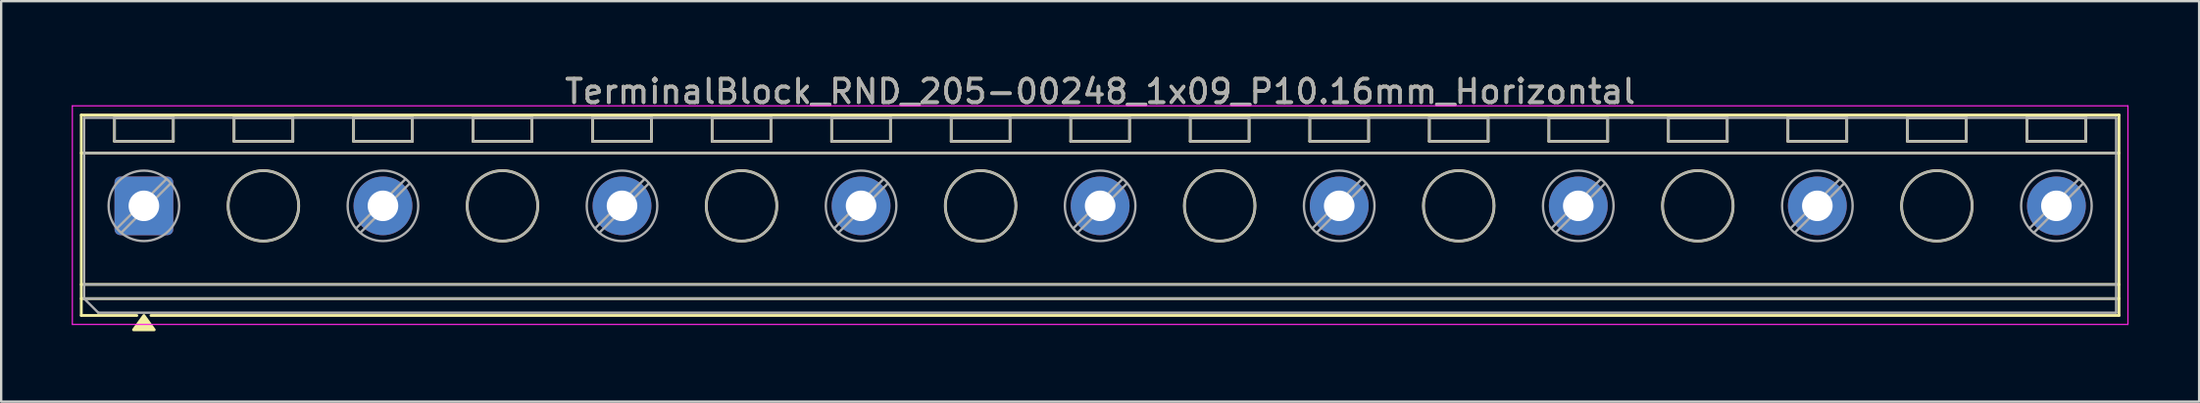
<source format=kicad_pcb>
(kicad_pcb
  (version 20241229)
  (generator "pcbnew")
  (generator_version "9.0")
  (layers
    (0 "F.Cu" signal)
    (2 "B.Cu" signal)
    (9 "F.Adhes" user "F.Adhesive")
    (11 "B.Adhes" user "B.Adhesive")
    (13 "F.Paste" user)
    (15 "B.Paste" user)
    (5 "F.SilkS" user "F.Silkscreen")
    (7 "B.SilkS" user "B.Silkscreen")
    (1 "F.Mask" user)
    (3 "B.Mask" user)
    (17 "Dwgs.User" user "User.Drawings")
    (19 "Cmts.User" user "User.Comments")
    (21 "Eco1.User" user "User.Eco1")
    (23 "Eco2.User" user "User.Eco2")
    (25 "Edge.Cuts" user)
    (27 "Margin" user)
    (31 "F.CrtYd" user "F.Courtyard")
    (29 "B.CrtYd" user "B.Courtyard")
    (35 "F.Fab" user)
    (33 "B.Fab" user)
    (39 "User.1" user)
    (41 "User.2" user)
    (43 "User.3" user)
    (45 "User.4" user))
  (footprint "TerminalBlock_RND_205-00248_1x09_P10.16mm_Horizontal"
    (layer "F.Cu")
    (at 3.065 5.718)
    (property "Reference" "TerminalBlock_RND_205-00248_1x09_P10.16mm_Horizontal" (at 40.64 -4.87 0) (layer "F.SilkS") (effects (font (size 1 1) (thickness 0.15))))
    (attr through_hole)
    (fp_line (start -2.66 -3.87) (end 83.94 -3.87) (stroke (width 0.12) (type solid)) (layer "F.SilkS"))
    (fp_line (start -2.66 -2.25) (end 83.94 -2.25) (stroke (width 0.12) (type solid)) (layer "F.SilkS"))
    (fp_line (start -2.66 3.35) (end 83.94 3.35) (stroke (width 0.12) (type solid)) (layer "F.SilkS"))
    (fp_line (start -2.66 3.95) (end 83.94 3.95) (stroke (width 0.12) (type solid)) (layer "F.SilkS"))
    (fp_line (start -2.66 4.67) (end -2.66 -3.87) (stroke (width 0.12) (type solid)) (layer "F.SilkS"))
    (fp_line (start -1.25 -3.75) (end 1.25 -3.75) (stroke (width 0.12) (type solid)) (layer "F.SilkS"))
    (fp_line (start -1.25 -2.75) (end -1.25 -3.75) (stroke (width 0.12) (type solid)) (layer "F.SilkS"))
    (fp_line (start -0.3 4.67) (end -2.66 4.67) (stroke (width 0.12) (type solid)) (layer "F.SilkS"))
    (fp_line (start 1.25 -3.75) (end 1.25 -2.75) (stroke (width 0.12) (type solid)) (layer "F.SilkS"))
    (fp_line (start 1.25 -2.75) (end -1.25 -2.75) (stroke (width 0.12) (type solid)) (layer "F.SilkS"))
    (fp_line (start 3.83 -3.75) (end 6.33 -3.75) (stroke (width 0.12) (type solid)) (layer "F.SilkS"))
    (fp_line (start 3.83 -2.75) (end 3.83 -3.75) (stroke (width 0.12) (type solid)) (layer "F.SilkS"))
    (fp_line (start 6.33 -3.75) (end 6.33 -2.75) (stroke (width 0.12) (type solid)) (layer "F.SilkS"))
    (fp_line (start 6.33 -2.75) (end 3.83 -2.75) (stroke (width 0.12) (type solid)) (layer "F.SilkS"))
    (fp_line (start 8.91 -3.75) (end 11.41 -3.75) (stroke (width 0.12) (type solid)) (layer "F.SilkS"))
    (fp_line (start 8.91 -2.75) (end 8.91 -3.75) (stroke (width 0.12) (type solid)) (layer "F.SilkS"))
    (fp_line (start 11.41 -3.75) (end 11.41 -2.75) (stroke (width 0.12) (type solid)) (layer "F.SilkS"))
    (fp_line (start 11.41 -2.75) (end 8.91 -2.75) (stroke (width 0.12) (type solid)) (layer "F.SilkS"))
    (fp_line (start 13.99 -3.75) (end 16.49 -3.75) (stroke (width 0.12) (type solid)) (layer "F.SilkS"))
    (fp_line (start 13.99 -2.75) (end 13.99 -3.75) (stroke (width 0.12) (type solid)) (layer "F.SilkS"))
    (fp_line (start 16.49 -3.75) (end 16.49 -2.75) (stroke (width 0.12) (type solid)) (layer "F.SilkS"))
    (fp_line (start 16.49 -2.75) (end 13.99 -2.75) (stroke (width 0.12) (type solid)) (layer "F.SilkS"))
    (fp_line (start 19.07 -3.75) (end 21.57 -3.75) (stroke (width 0.12) (type solid)) (layer "F.SilkS"))
    (fp_line (start 19.07 -2.75) (end 19.07 -3.75) (stroke (width 0.12) (type solid)) (layer "F.SilkS"))
    (fp_line (start 21.57 -3.75) (end 21.57 -2.75) (stroke (width 0.12) (type solid)) (layer "F.SilkS"))
    (fp_line (start 21.57 -2.75) (end 19.07 -2.75) (stroke (width 0.12) (type solid)) (layer "F.SilkS"))
    (fp_line (start 24.15 -3.75) (end 26.65 -3.75) (stroke (width 0.12) (type solid)) (layer "F.SilkS"))
    (fp_line (start 24.15 -2.75) (end 24.15 -3.75) (stroke (width 0.12) (type solid)) (layer "F.SilkS"))
    (fp_line (start 26.65 -3.75) (end 26.65 -2.75) (stroke (width 0.12) (type solid)) (layer "F.SilkS"))
    (fp_line (start 26.65 -2.75) (end 24.15 -2.75) (stroke (width 0.12) (type solid)) (layer "F.SilkS"))
    (fp_line (start 29.23 -3.75) (end 31.73 -3.75) (stroke (width 0.12) (type solid)) (layer "F.SilkS"))
    (fp_line (start 29.23 -2.75) (end 29.23 -3.75) (stroke (width 0.12) (type solid)) (layer "F.SilkS"))
    (fp_line (start 31.73 -3.75) (end 31.73 -2.75) (stroke (width 0.12) (type solid)) (layer "F.SilkS"))
    (fp_line (start 31.73 -2.75) (end 29.23 -2.75) (stroke (width 0.12) (type solid)) (layer "F.SilkS"))
    (fp_line (start 34.31 -3.75) (end 36.81 -3.75) (stroke (width 0.12) (type solid)) (layer "F.SilkS"))
    (fp_line (start 34.31 -2.75) (end 34.31 -3.75) (stroke (width 0.12) (type solid)) (layer "F.SilkS"))
    (fp_line (start 36.81 -3.75) (end 36.81 -2.75) (stroke (width 0.12) (type solid)) (layer "F.SilkS"))
    (fp_line (start 36.81 -2.75) (end 34.31 -2.75) (stroke (width 0.12) (type solid)) (layer "F.SilkS"))
    (fp_line (start 39.39 -3.75) (end 41.89 -3.75) (stroke (width 0.12) (type solid)) (layer "F.SilkS"))
    (fp_line (start 39.39 -2.75) (end 39.39 -3.75) (stroke (width 0.12) (type solid)) (layer "F.SilkS"))
    (fp_line (start 41.89 -3.75) (end 41.89 -2.75) (stroke (width 0.12) (type solid)) (layer "F.SilkS"))
    (fp_line (start 41.89 -2.75) (end 39.39 -2.75) (stroke (width 0.12) (type solid)) (layer "F.SilkS"))
    (fp_line (start 44.47 -3.75) (end 46.97 -3.75) (stroke (width 0.12) (type solid)) (layer "F.SilkS"))
    (fp_line (start 44.47 -2.75) (end 44.47 -3.75) (stroke (width 0.12) (type solid)) (layer "F.SilkS"))
    (fp_line (start 46.97 -3.75) (end 46.97 -2.75) (stroke (width 0.12) (type solid)) (layer "F.SilkS"))
    (fp_line (start 46.97 -2.75) (end 44.47 -2.75) (stroke (width 0.12) (type solid)) (layer "F.SilkS"))
    (fp_line (start 49.55 -3.75) (end 52.05 -3.75) (stroke (width 0.12) (type solid)) (layer "F.SilkS"))
    (fp_line (start 49.55 -2.75) (end 49.55 -3.75) (stroke (width 0.12) (type solid)) (layer "F.SilkS"))
    (fp_line (start 52.05 -3.75) (end 52.05 -2.75) (stroke (width 0.12) (type solid)) (layer "F.SilkS"))
    (fp_line (start 52.05 -2.75) (end 49.55 -2.75) (stroke (width 0.12) (type solid)) (layer "F.SilkS"))
    (fp_line (start 54.63 -3.75) (end 57.13 -3.75) (stroke (width 0.12) (type solid)) (layer "F.SilkS"))
    (fp_line (start 54.63 -2.75) (end 54.63 -3.75) (stroke (width 0.12) (type solid)) (layer "F.SilkS"))
    (fp_line (start 57.13 -3.75) (end 57.13 -2.75) (stroke (width 0.12) (type solid)) (layer "F.SilkS"))
    (fp_line (start 57.13 -2.75) (end 54.63 -2.75) (stroke (width 0.12) (type solid)) (layer "F.SilkS"))
    (fp_line (start 59.71 -3.75) (end 62.21 -3.75) (stroke (width 0.12) (type solid)) (layer "F.SilkS"))
    (fp_line (start 59.71 -2.75) (end 59.71 -3.75) (stroke (width 0.12) (type solid)) (layer "F.SilkS"))
    (fp_line (start 62.21 -3.75) (end 62.21 -2.75) (stroke (width 0.12) (type solid)) (layer "F.SilkS"))
    (fp_line (start 62.21 -2.75) (end 59.71 -2.75) (stroke (width 0.12) (type solid)) (layer "F.SilkS"))
    (fp_line (start 64.79 -3.75) (end 67.29 -3.75) (stroke (width 0.12) (type solid)) (layer "F.SilkS"))
    (fp_line (start 64.79 -2.75) (end 64.79 -3.75) (stroke (width 0.12) (type solid)) (layer "F.SilkS"))
    (fp_line (start 67.29 -3.75) (end 67.29 -2.75) (stroke (width 0.12) (type solid)) (layer "F.SilkS"))
    (fp_line (start 67.29 -2.75) (end 64.79 -2.75) (stroke (width 0.12) (type solid)) (layer "F.SilkS"))
    (fp_line (start 69.87 -3.75) (end 72.37 -3.75) (stroke (width 0.12) (type solid)) (layer "F.SilkS"))
    (fp_line (start 69.87 -2.75) (end 69.87 -3.75) (stroke (width 0.12) (type solid)) (layer "F.SilkS"))
    (fp_line (start 72.37 -3.75) (end 72.37 -2.75) (stroke (width 0.12) (type solid)) (layer "F.SilkS"))
    (fp_line (start 72.37 -2.75) (end 69.87 -2.75) (stroke (width 0.12) (type solid)) (layer "F.SilkS"))
    (fp_line (start 74.95 -3.75) (end 77.45 -3.75) (stroke (width 0.12) (type solid)) (layer "F.SilkS"))
    (fp_line (start 74.95 -2.75) (end 74.95 -3.75) (stroke (width 0.12) (type solid)) (layer "F.SilkS"))
    (fp_line (start 77.45 -3.75) (end 77.45 -2.75) (stroke (width 0.12) (type solid)) (layer "F.SilkS"))
    (fp_line (start 77.45 -2.75) (end 74.95 -2.75) (stroke (width 0.12) (type solid)) (layer "F.SilkS"))
    (fp_line (start 80.03 -3.75) (end 82.53 -3.75) (stroke (width 0.12) (type solid)) (layer "F.SilkS"))
    (fp_line (start 80.03 -2.75) (end 80.03 -3.75) (stroke (width 0.12) (type solid)) (layer "F.SilkS"))
    (fp_line (start 82.53 -3.75) (end 82.53 -2.75) (stroke (width 0.12) (type solid)) (layer "F.SilkS"))
    (fp_line (start 82.53 -2.75) (end 80.03 -2.75) (stroke (width 0.12) (type solid)) (layer "F.SilkS"))
    (fp_line (start 83.94 -3.87) (end 83.94 4.67) (stroke (width 0.12) (type solid)) (layer "F.SilkS"))
    (fp_line (start 83.94 4.67) (end 0.3 4.67) (stroke (width 0.12) (type solid)) (layer "F.SilkS"))
    (fp_circle (center 5.08 0) (end 6.58 0) (stroke (width 0.12) (type solid)) (fill no) (layer "F.SilkS"))
    (fp_circle (center 15.24 0) (end 16.74 0) (stroke (width 0.12) (type solid)) (fill no) (layer "F.SilkS"))
    (fp_circle (center 25.4 0) (end 26.9 0) (stroke (width 0.12) (type solid)) (fill no) (layer "F.SilkS"))
    (fp_circle (center 35.56 0) (end 37.06 0) (stroke (width 0.12) (type solid)) (fill no) (layer "F.SilkS"))
    (fp_circle (center 45.72 0) (end 47.22 0) (stroke (width 0.12) (type solid)) (fill no) (layer "F.SilkS"))
    (fp_circle (center 55.88 0) (end 57.38 0) (stroke (width 0.12) (type solid)) (fill no) (layer "F.SilkS"))
    (fp_circle (center 66.04 0) (end 67.54 0) (stroke (width 0.12) (type solid)) (fill no) (layer "F.SilkS"))
    (fp_circle (center 76.2 0) (end 77.7 0) (stroke (width 0.12) (type solid)) (fill no) (layer "F.SilkS"))
    (fp_poly (pts (xy 0 4.67) (xy 0.44 5.28) (xy -0.44 5.28)) (stroke (width 0.12) (type solid)) (fill yes) (layer "F.SilkS"))
    (fp_line (start -3.04 -4.26) (end -3.04 5.05) (stroke (width 0.05) (type solid)) (layer "F.CrtYd"))
    (fp_line (start -3.04 5.05) (end 84.32 5.05) (stroke (width 0.05) (type solid)) (layer "F.CrtYd"))
    (fp_line (start 84.32 -4.26) (end -3.04 -4.26) (stroke (width 0.05) (type solid)) (layer "F.CrtYd"))
    (fp_line (start 84.32 5.05) (end 84.32 -4.26) (stroke (width 0.05) (type solid)) (layer "F.CrtYd"))
    (fp_line (start -2.54 -3.75) (end 83.82 -3.75) (stroke (width 0.1) (type solid)) (layer "F.Fab"))
    (fp_line (start -2.54 -2.25) (end 83.82 -2.25) (stroke (width 0.1) (type solid)) (layer "F.Fab"))
    (fp_line (start -2.54 3.35) (end 83.82 3.35) (stroke (width 0.1) (type solid)) (layer "F.Fab"))
    (fp_line (start -2.54 3.95) (end -2.54 -3.75) (stroke (width 0.1) (type solid)) (layer "F.Fab"))
    (fp_line (start -2.54 3.95) (end 83.82 3.95) (stroke (width 0.1) (type solid)) (layer "F.Fab"))
    (fp_line (start -1.94 4.55) (end -2.54 3.95) (stroke (width 0.1) (type solid)) (layer "F.Fab"))
    (fp_line (start -1.25 -3.75) (end -1.25 -2.75) (stroke (width 0.1) (type solid)) (layer "F.Fab"))
    (fp_line (start -1.25 -2.75) (end 1.25 -2.75) (stroke (width 0.1) (type solid)) (layer "F.Fab"))
    (fp_line (start 0.955 -1.138) (end -1.138 0.955) (stroke (width 0.1) (type solid)) (layer "F.Fab"))
    (fp_line (start 1.138 -0.955) (end -0.955 1.138) (stroke (width 0.1) (type solid)) (layer "F.Fab"))
    (fp_line (start 1.25 -3.75) (end -1.25 -3.75) (stroke (width 0.1) (type solid)) (layer "F.Fab"))
    (fp_line (start 1.25 -2.75) (end 1.25 -3.75) (stroke (width 0.1) (type solid)) (layer "F.Fab"))
    (fp_line (start 3.83 -3.75) (end 3.83 -2.75) (stroke (width 0.1) (type solid)) (layer "F.Fab"))
    (fp_line (start 3.83 -2.75) (end 6.33 -2.75) (stroke (width 0.1) (type solid)) (layer "F.Fab"))
    (fp_line (start 6.33 -3.75) (end 3.83 -3.75) (stroke (width 0.1) (type solid)) (layer "F.Fab"))
    (fp_line (start 6.33 -2.75) (end 6.33 -3.75) (stroke (width 0.1) (type solid)) (layer "F.Fab"))
    (fp_line (start 8.91 -3.75) (end 8.91 -2.75) (stroke (width 0.1) (type solid)) (layer "F.Fab"))
    (fp_line (start 8.91 -2.75) (end 11.41 -2.75) (stroke (width 0.1) (type solid)) (layer "F.Fab"))
    (fp_line (start 11.115 -1.138) (end 9.022 0.955) (stroke (width 0.1) (type solid)) (layer "F.Fab"))
    (fp_line (start 11.298 -0.955) (end 9.205 1.138) (stroke (width 0.1) (type solid)) (layer "F.Fab"))
    (fp_line (start 11.41 -3.75) (end 8.91 -3.75) (stroke (width 0.1) (type solid)) (layer "F.Fab"))
    (fp_line (start 11.41 -2.75) (end 11.41 -3.75) (stroke (width 0.1) (type solid)) (layer "F.Fab"))
    (fp_line (start 13.99 -3.75) (end 13.99 -2.75) (stroke (width 0.1) (type solid)) (layer "F.Fab"))
    (fp_line (start 13.99 -2.75) (end 16.49 -2.75) (stroke (width 0.1) (type solid)) (layer "F.Fab"))
    (fp_line (start 16.49 -3.75) (end 13.99 -3.75) (stroke (width 0.1) (type solid)) (layer "F.Fab"))
    (fp_line (start 16.49 -2.75) (end 16.49 -3.75) (stroke (width 0.1) (type solid)) (layer "F.Fab"))
    (fp_line (start 19.07 -3.75) (end 19.07 -2.75) (stroke (width 0.1) (type solid)) (layer "F.Fab"))
    (fp_line (start 19.07 -2.75) (end 21.57 -2.75) (stroke (width 0.1) (type solid)) (layer "F.Fab"))
    (fp_line (start 21.275 -1.138) (end 19.182 0.955) (stroke (width 0.1) (type solid)) (layer "F.Fab"))
    (fp_line (start 21.458 -0.955) (end 19.365 1.138) (stroke (width 0.1) (type solid)) (layer "F.Fab"))
    (fp_line (start 21.57 -3.75) (end 19.07 -3.75) (stroke (width 0.1) (type solid)) (layer "F.Fab"))
    (fp_line (start 21.57 -2.75) (end 21.57 -3.75) (stroke (width 0.1) (type solid)) (layer "F.Fab"))
    (fp_line (start 24.15 -3.75) (end 24.15 -2.75) (stroke (width 0.1) (type solid)) (layer "F.Fab"))
    (fp_line (start 24.15 -2.75) (end 26.65 -2.75) (stroke (width 0.1) (type solid)) (layer "F.Fab"))
    (fp_line (start 26.65 -3.75) (end 24.15 -3.75) (stroke (width 0.1) (type solid)) (layer "F.Fab"))
    (fp_line (start 26.65 -2.75) (end 26.65 -3.75) (stroke (width 0.1) (type solid)) (layer "F.Fab"))
    (fp_line (start 29.23 -3.75) (end 29.23 -2.75) (stroke (width 0.1) (type solid)) (layer "F.Fab"))
    (fp_line (start 29.23 -2.75) (end 31.73 -2.75) (stroke (width 0.1) (type solid)) (layer "F.Fab"))
    (fp_line (start 31.435 -1.138) (end 29.342 0.955) (stroke (width 0.1) (type solid)) (layer "F.Fab"))
    (fp_line (start 31.618 -0.955) (end 29.525 1.138) (stroke (width 0.1) (type solid)) (layer "F.Fab"))
    (fp_line (start 31.73 -3.75) (end 29.23 -3.75) (stroke (width 0.1) (type solid)) (layer "F.Fab"))
    (fp_line (start 31.73 -2.75) (end 31.73 -3.75) (stroke (width 0.1) (type solid)) (layer "F.Fab"))
    (fp_line (start 34.31 -3.75) (end 34.31 -2.75) (stroke (width 0.1) (type solid)) (layer "F.Fab"))
    (fp_line (start 34.31 -2.75) (end 36.81 -2.75) (stroke (width 0.1) (type solid)) (layer "F.Fab"))
    (fp_line (start 36.81 -3.75) (end 34.31 -3.75) (stroke (width 0.1) (type solid)) (layer "F.Fab"))
    (fp_line (start 36.81 -2.75) (end 36.81 -3.75) (stroke (width 0.1) (type solid)) (layer "F.Fab"))
    (fp_line (start 39.39 -3.75) (end 39.39 -2.75) (stroke (width 0.1) (type solid)) (layer "F.Fab"))
    (fp_line (start 39.39 -2.75) (end 41.89 -2.75) (stroke (width 0.1) (type solid)) (layer "F.Fab"))
    (fp_line (start 41.595 -1.138) (end 39.502 0.955) (stroke (width 0.1) (type solid)) (layer "F.Fab"))
    (fp_line (start 41.778 -0.955) (end 39.685 1.138) (stroke (width 0.1) (type solid)) (layer "F.Fab"))
    (fp_line (start 41.89 -3.75) (end 39.39 -3.75) (stroke (width 0.1) (type solid)) (layer "F.Fab"))
    (fp_line (start 41.89 -2.75) (end 41.89 -3.75) (stroke (width 0.1) (type solid)) (layer "F.Fab"))
    (fp_line (start 44.47 -3.75) (end 44.47 -2.75) (stroke (width 0.1) (type solid)) (layer "F.Fab"))
    (fp_line (start 44.47 -2.75) (end 46.97 -2.75) (stroke (width 0.1) (type solid)) (layer "F.Fab"))
    (fp_line (start 46.97 -3.75) (end 44.47 -3.75) (stroke (width 0.1) (type solid)) (layer "F.Fab"))
    (fp_line (start 46.97 -2.75) (end 46.97 -3.75) (stroke (width 0.1) (type solid)) (layer "F.Fab"))
    (fp_line (start 49.55 -3.75) (end 49.55 -2.75) (stroke (width 0.1) (type solid)) (layer "F.Fab"))
    (fp_line (start 49.55 -2.75) (end 52.05 -2.75) (stroke (width 0.1) (type solid)) (layer "F.Fab"))
    (fp_line (start 51.755 -1.138) (end 49.662 0.955) (stroke (width 0.1) (type solid)) (layer "F.Fab"))
    (fp_line (start 51.938 -0.955) (end 49.845 1.138) (stroke (width 0.1) (type solid)) (layer "F.Fab"))
    (fp_line (start 52.05 -3.75) (end 49.55 -3.75) (stroke (width 0.1) (type solid)) (layer "F.Fab"))
    (fp_line (start 52.05 -2.75) (end 52.05 -3.75) (stroke (width 0.1) (type solid)) (layer "F.Fab"))
    (fp_line (start 54.63 -3.75) (end 54.63 -2.75) (stroke (width 0.1) (type solid)) (layer "F.Fab"))
    (fp_line (start 54.63 -2.75) (end 57.13 -2.75) (stroke (width 0.1) (type solid)) (layer "F.Fab"))
    (fp_line (start 57.13 -3.75) (end 54.63 -3.75) (stroke (width 0.1) (type solid)) (layer "F.Fab"))
    (fp_line (start 57.13 -2.75) (end 57.13 -3.75) (stroke (width 0.1) (type solid)) (layer "F.Fab"))
    (fp_line (start 59.71 -3.75) (end 59.71 -2.75) (stroke (width 0.1) (type solid)) (layer "F.Fab"))
    (fp_line (start 59.71 -2.75) (end 62.21 -2.75) (stroke (width 0.1) (type solid)) (layer "F.Fab"))
    (fp_line (start 61.915 -1.138) (end 59.822 0.955) (stroke (width 0.1) (type solid)) (layer "F.Fab"))
    (fp_line (start 62.098 -0.955) (end 60.005 1.138) (stroke (width 0.1) (type solid)) (layer "F.Fab"))
    (fp_line (start 62.21 -3.75) (end 59.71 -3.75) (stroke (width 0.1) (type solid)) (layer "F.Fab"))
    (fp_line (start 62.21 -2.75) (end 62.21 -3.75) (stroke (width 0.1) (type solid)) (layer "F.Fab"))
    (fp_line (start 64.79 -3.75) (end 64.79 -2.75) (stroke (width 0.1) (type solid)) (layer "F.Fab"))
    (fp_line (start 64.79 -2.75) (end 67.29 -2.75) (stroke (width 0.1) (type solid)) (layer "F.Fab"))
    (fp_line (start 67.29 -3.75) (end 64.79 -3.75) (stroke (width 0.1) (type solid)) (layer "F.Fab"))
    (fp_line (start 67.29 -2.75) (end 67.29 -3.75) (stroke (width 0.1) (type solid)) (layer "F.Fab"))
    (fp_line (start 69.87 -3.75) (end 69.87 -2.75) (stroke (width 0.1) (type solid)) (layer "F.Fab"))
    (fp_line (start 69.87 -2.75) (end 72.37 -2.75) (stroke (width 0.1) (type solid)) (layer "F.Fab"))
    (fp_line (start 72.075 -1.138) (end 69.982 0.955) (stroke (width 0.1) (type solid)) (layer "F.Fab"))
    (fp_line (start 72.258 -0.955) (end 70.165 1.138) (stroke (width 0.1) (type solid)) (layer "F.Fab"))
    (fp_line (start 72.37 -3.75) (end 69.87 -3.75) (stroke (width 0.1) (type solid)) (layer "F.Fab"))
    (fp_line (start 72.37 -2.75) (end 72.37 -3.75) (stroke (width 0.1) (type solid)) (layer "F.Fab"))
    (fp_line (start 74.95 -3.75) (end 74.95 -2.75) (stroke (width 0.1) (type solid)) (layer "F.Fab"))
    (fp_line (start 74.95 -2.75) (end 77.45 -2.75) (stroke (width 0.1) (type solid)) (layer "F.Fab"))
    (fp_line (start 77.45 -3.75) (end 74.95 -3.75) (stroke (width 0.1) (type solid)) (layer "F.Fab"))
    (fp_line (start 77.45 -2.75) (end 77.45 -3.75) (stroke (width 0.1) (type solid)) (layer "F.Fab"))
    (fp_line (start 80.03 -3.75) (end 80.03 -2.75) (stroke (width 0.1) (type solid)) (layer "F.Fab"))
    (fp_line (start 80.03 -2.75) (end 82.53 -2.75) (stroke (width 0.1) (type solid)) (layer "F.Fab"))
    (fp_line (start 82.235 -1.138) (end 80.142 0.955) (stroke (width 0.1) (type solid)) (layer "F.Fab"))
    (fp_line (start 82.418 -0.955) (end 80.325 1.138) (stroke (width 0.1) (type solid)) (layer "F.Fab"))
    (fp_line (start 82.53 -3.75) (end 80.03 -3.75) (stroke (width 0.1) (type solid)) (layer "F.Fab"))
    (fp_line (start 82.53 -2.75) (end 82.53 -3.75) (stroke (width 0.1) (type solid)) (layer "F.Fab"))
    (fp_line (start 83.82 -3.75) (end 83.82 4.55) (stroke (width 0.1) (type solid)) (layer "F.Fab"))
    (fp_line (start 83.82 4.55) (end -1.94 4.55) (stroke (width 0.1) (type solid)) (layer "F.Fab"))
    (fp_circle (center 0 0) (end 1.5 0) (stroke (width 0.1) (type solid)) (fill no) (layer "F.Fab"))
    (fp_circle (center 5.08 0) (end 6.58 0) (stroke (width 0.1) (type solid)) (fill no) (layer "F.Fab"))
    (fp_circle (center 10.16 0) (end 11.66 0) (stroke (width 0.1) (type solid)) (fill no) (layer "F.Fab"))
    (fp_circle (center 15.24 0) (end 16.74 0) (stroke (width 0.1) (type solid)) (fill no) (layer "F.Fab"))
    (fp_circle (center 20.32 0) (end 21.82 0) (stroke (width 0.1) (type solid)) (fill no) (layer "F.Fab"))
    (fp_circle (center 25.4 0) (end 26.9 0) (stroke (width 0.1) (type solid)) (fill no) (layer "F.Fab"))
    (fp_circle (center 30.48 0) (end 31.98 0) (stroke (width 0.1) (type solid)) (fill no) (layer "F.Fab"))
    (fp_circle (center 35.56 0) (end 37.06 0) (stroke (width 0.1) (type solid)) (fill no) (layer "F.Fab"))
    (fp_circle (center 40.64 0) (end 42.14 0) (stroke (width 0.1) (type solid)) (fill no) (layer "F.Fab"))
    (fp_circle (center 45.72 0) (end 47.22 0) (stroke (width 0.1) (type solid)) (fill no) (layer "F.Fab"))
    (fp_circle (center 50.8 0) (end 52.3 0) (stroke (width 0.1) (type solid)) (fill no) (layer "F.Fab"))
    (fp_circle (center 55.88 0) (end 57.38 0) (stroke (width 0.1) (type solid)) (fill no) (layer "F.Fab"))
    (fp_circle (center 60.96 0) (end 62.46 0) (stroke (width 0.1) (type solid)) (fill no) (layer "F.Fab"))
    (fp_circle (center 66.04 0) (end 67.54 0) (stroke (width 0.1) (type solid)) (fill no) (layer "F.Fab"))
    (fp_circle (center 71.12 0) (end 72.62 0) (stroke (width 0.1) (type solid)) (fill no) (layer "F.Fab"))
    (fp_circle (center 76.2 0) (end 77.7 0) (stroke (width 0.1) (type solid)) (fill no) (layer "F.Fab"))
    (fp_circle (center 81.28 0) (end 82.78 0) (stroke (width 0.1) (type solid)) (fill no) (layer "F.Fab"))
    (fp_text user "${REFERENCE}" (at 40.64 -4.87 0) (layer "F.Fab") (effects (font (size 1 1) (thickness 0.15))))
    (pad "1" thru_hole roundrect (at 0 0) (size 2.5 2.5) (drill 1.3) (layers "*.Cu" "*.Mask") (roundrect_rratio 0.1))
    (pad "2" thru_hole circle (at 10.16 0) (size 2.5 2.5) (drill 1.3) (layers "*.Cu" "*.Mask"))
    (pad "3" thru_hole circle (at 20.32 0) (size 2.5 2.5) (drill 1.3) (layers "*.Cu" "*.Mask"))
    (pad "4" thru_hole circle (at 30.48 0) (size 2.5 2.5) (drill 1.3) (layers "*.Cu" "*.Mask"))
    (pad "5" thru_hole circle (at 40.64 0) (size 2.5 2.5) (drill 1.3) (layers "*.Cu" "*.Mask"))
    (pad "6" thru_hole circle (at 50.8 0) (size 2.5 2.5) (drill 1.3) (layers "*.Cu" "*.Mask"))
    (pad "7" thru_hole circle (at 60.96 0) (size 2.5 2.5) (drill 1.3) (layers "*.Cu" "*.Mask"))
    (pad "8" thru_hole circle (at 71.12 0) (size 2.5 2.5) (drill 1.3) (layers "*.Cu" "*.Mask"))
    (pad "9" thru_hole circle (at 81.28 0) (size 2.5 2.5) (drill 1.3) (layers "*.Cu" "*.Mask")))
  (gr_rect
    (start -3 -3)
    (end 90.41 14.058)
    (stroke (width 0.1) (type default))
    (fill no)
    (layer "Edge.Cuts")))
</source>
